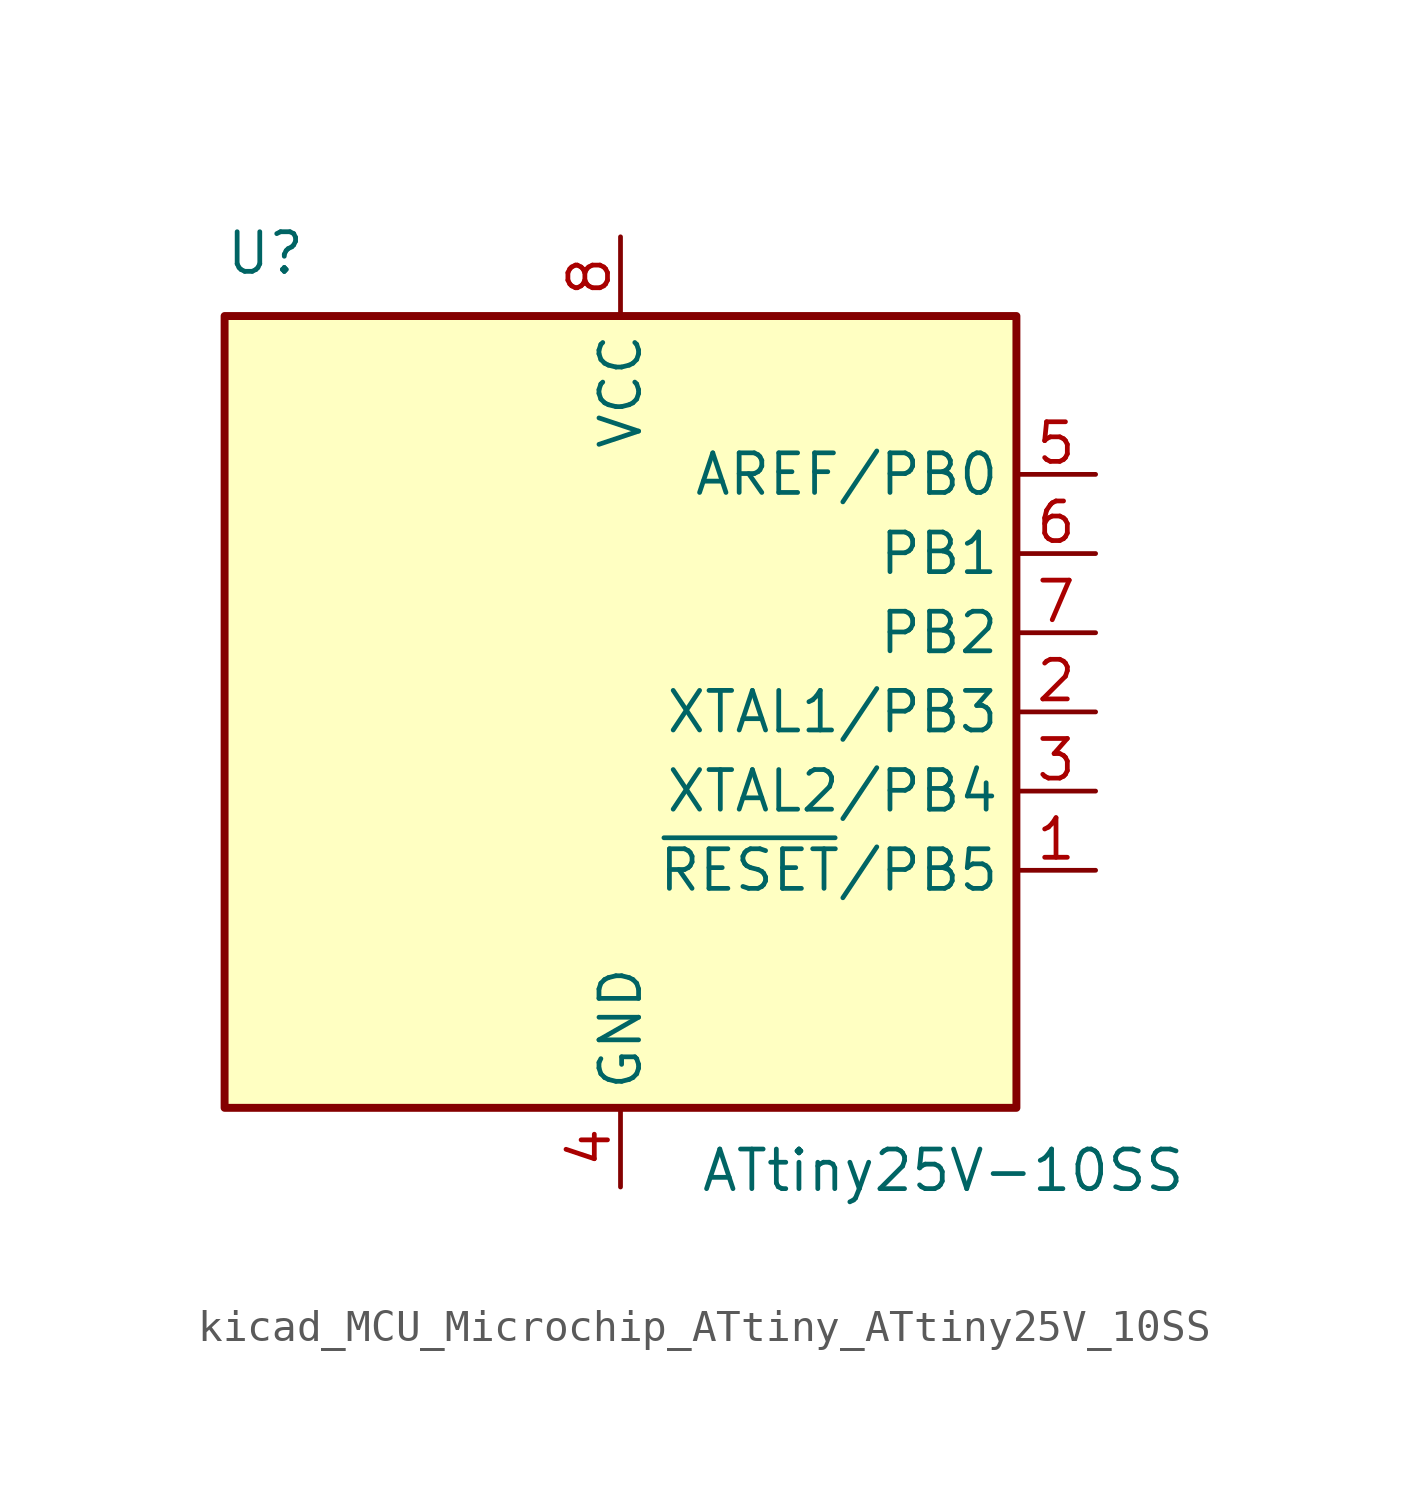
<source format=kicad_sym>
(kicad_symbol_lib
  (version 20220914)
  (generator kicad_symbol_editor)
  (symbol "kicad_MCU_Microchip_ATtiny_ATtiny25V_10SS"
    (property "Reference" "U"
      (at -12.7 13.97 0)
      (effects (font (size 1.27 1.27)) (justify left bottom)))
    (property "Value" "ATtiny25V-10SS"
      (at 2.54 -13.97 0)
      (effects (font (size 1.27 1.27)) (justify left top)))
    (symbol "kicad_MCU_Microchip_ATtiny_ATtiny25V_10SS_0_1"
      (rectangle (start -12.7 -12.7) (end 12.7 12.7) (stroke (width 0.254) (type default)) (fill (type background))))
    (symbol "kicad_MCU_Microchip_ATtiny_ATtiny25V_10SS_1_1"
      (pin bidirectional line (at 15.24 -5.08 180) (length 2.54) (name "~{RESET}/PB5" (effects (font (size 1.27 1.27)))) (number "1" (effects (font (size 1.27 1.27)))))
      (pin bidirectional line (at 15.24 0 180) (length 2.54) (name "XTAL1/PB3" (effects (font (size 1.27 1.27)))) (number "2" (effects (font (size 1.27 1.27)))))
      (pin bidirectional line (at 15.24 -2.54 180) (length 2.54) (name "XTAL2/PB4" (effects (font (size 1.27 1.27)))) (number "3" (effects (font (size 1.27 1.27)))))
      (pin power_in line (at 0 -15.24 90) (length 2.54) (name "GND" (effects (font (size 1.27 1.27)))) (number "4" (effects (font (size 1.27 1.27)))))
      (pin bidirectional line (at 15.24 7.62 180) (length 2.54) (name "AREF/PB0" (effects (font (size 1.27 1.27)))) (number "5" (effects (font (size 1.27 1.27)))))
      (pin bidirectional line (at 15.24 5.08 180) (length 2.54) (name "PB1" (effects (font (size 1.27 1.27)))) (number "6" (effects (font (size 1.27 1.27)))))
      (pin bidirectional line (at 15.24 2.54 180) (length 2.54) (name "PB2" (effects (font (size 1.27 1.27)))) (number "7" (effects (font (size 1.27 1.27)))))
      (pin power_in line (at 0 15.24 270) (length 2.54) (name "VCC" (effects (font (size 1.27 1.27)))) (number "8" (effects (font (size 1.27 1.27))))))))
</source>
